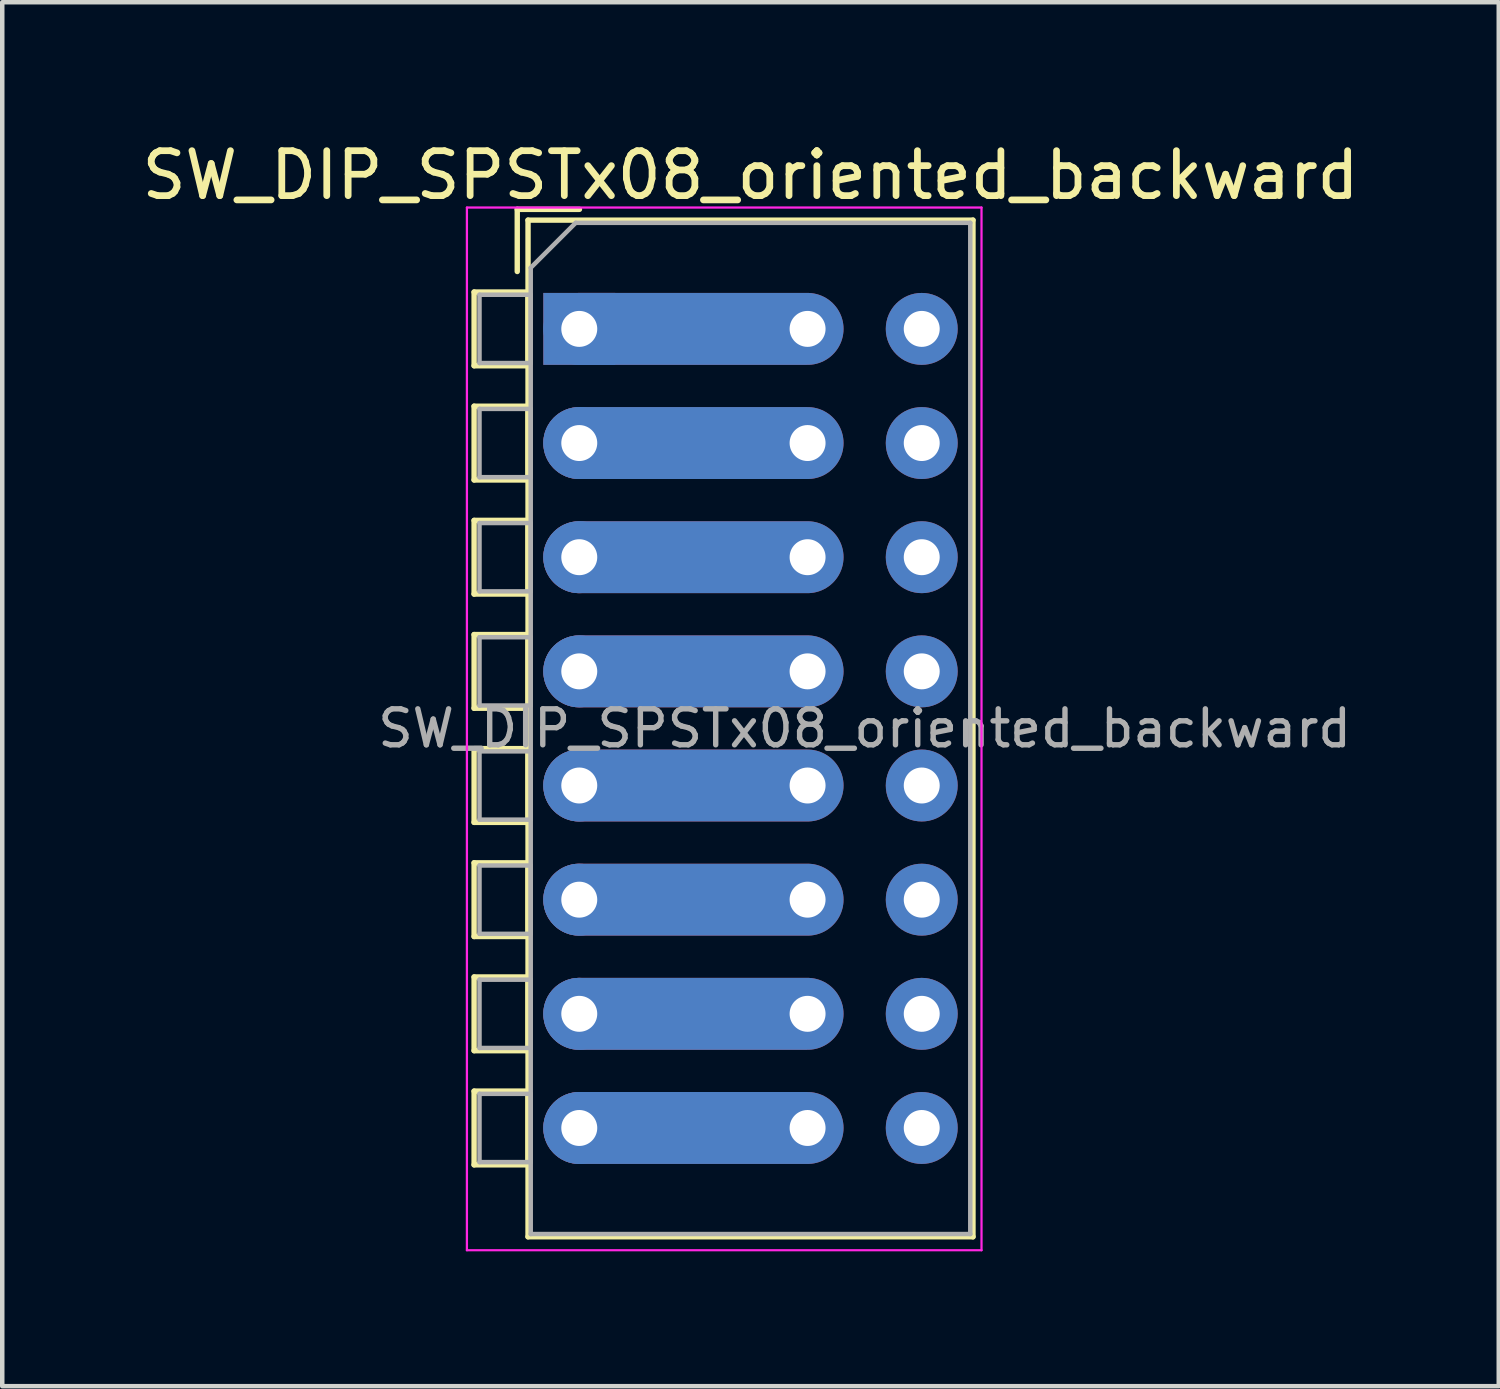
<source format=kicad_pcb>
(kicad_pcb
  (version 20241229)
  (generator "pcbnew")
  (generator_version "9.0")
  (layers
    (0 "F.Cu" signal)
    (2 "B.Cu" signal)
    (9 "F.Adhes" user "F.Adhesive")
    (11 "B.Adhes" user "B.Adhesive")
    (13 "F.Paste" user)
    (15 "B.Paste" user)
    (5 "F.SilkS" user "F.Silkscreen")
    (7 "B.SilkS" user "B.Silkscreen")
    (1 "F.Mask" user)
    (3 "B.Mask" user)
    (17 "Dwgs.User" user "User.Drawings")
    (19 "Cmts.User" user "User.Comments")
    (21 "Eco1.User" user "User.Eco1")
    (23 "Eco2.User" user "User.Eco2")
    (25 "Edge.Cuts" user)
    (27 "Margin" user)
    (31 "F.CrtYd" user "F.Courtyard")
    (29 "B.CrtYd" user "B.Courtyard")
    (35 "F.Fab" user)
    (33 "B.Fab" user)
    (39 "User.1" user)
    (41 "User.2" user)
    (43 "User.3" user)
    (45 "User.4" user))
  (footprint "SW_DIP_SPSTx08_oriented_backward"
    (layer "F.Cu")
    (at 9.839 4.268)
    (property "Reference" "SW_DIP_SPSTx08_oriented_backward" (at 3.81 -3.42 0) (layer "F.SilkS") (effects (font (size 1 1) (thickness 0.15))))
    (attr through_hole)
    (fp_line (start -2.34 -0.82) (end -2.34 0.82) (stroke (width 0.12) (type solid)) (layer "F.SilkS"))
    (fp_line (start -2.34 -0.82) (end -1.14 -0.82) (stroke (width 0.12) (type solid)) (layer "F.SilkS"))
    (fp_line (start -2.34 0.82) (end -1.14 0.82) (stroke (width 0.12) (type solid)) (layer "F.SilkS"))
    (fp_line (start -2.34 1.72) (end -2.34 3.361) (stroke (width 0.12) (type solid)) (layer "F.SilkS"))
    (fp_line (start -2.34 1.72) (end -1.14 1.72) (stroke (width 0.12) (type solid)) (layer "F.SilkS"))
    (fp_line (start -2.34 3.361) (end -1.14 3.361) (stroke (width 0.12) (type solid)) (layer "F.SilkS"))
    (fp_line (start -2.34 4.261) (end -2.34 5.9) (stroke (width 0.12) (type solid)) (layer "F.SilkS"))
    (fp_line (start -2.34 4.261) (end -1.14 4.261) (stroke (width 0.12) (type solid)) (layer "F.SilkS"))
    (fp_line (start -2.34 5.9) (end -1.14 5.9) (stroke (width 0.12) (type solid)) (layer "F.SilkS"))
    (fp_line (start -2.34 6.801) (end -2.34 8.441) (stroke (width 0.12) (type solid)) (layer "F.SilkS"))
    (fp_line (start -2.34 6.801) (end -1.14 6.801) (stroke (width 0.12) (type solid)) (layer "F.SilkS"))
    (fp_line (start -2.34 8.441) (end -1.14 8.441) (stroke (width 0.12) (type solid)) (layer "F.SilkS"))
    (fp_line (start -2.34 9.34) (end -2.34 10.98) (stroke (width 0.12) (type solid)) (layer "F.SilkS"))
    (fp_line (start -2.34 9.34) (end -1.14 9.34) (stroke (width 0.12) (type solid)) (layer "F.SilkS"))
    (fp_line (start -2.34 10.98) (end -1.14 10.98) (stroke (width 0.12) (type solid)) (layer "F.SilkS"))
    (fp_line (start -2.34 11.88) (end -2.34 13.52) (stroke (width 0.12) (type solid)) (layer "F.SilkS"))
    (fp_line (start -2.34 11.88) (end -1.14 11.88) (stroke (width 0.12) (type solid)) (layer "F.SilkS"))
    (fp_line (start -2.34 13.52) (end -1.14 13.52) (stroke (width 0.12) (type solid)) (layer "F.SilkS"))
    (fp_line (start -2.34 14.42) (end -2.34 16.06) (stroke (width 0.12) (type solid)) (layer "F.SilkS"))
    (fp_line (start -2.34 14.42) (end -1.14 14.42) (stroke (width 0.12) (type solid)) (layer "F.SilkS"))
    (fp_line (start -2.34 16.06) (end -1.14 16.06) (stroke (width 0.12) (type solid)) (layer "F.SilkS"))
    (fp_line (start -2.34 16.96) (end -2.34 18.6) (stroke (width 0.12) (type solid)) (layer "F.SilkS"))
    (fp_line (start -2.34 16.96) (end -1.14 16.96) (stroke (width 0.12) (type solid)) (layer "F.SilkS"))
    (fp_line (start -2.34 18.6) (end -1.14 18.6) (stroke (width 0.12) (type solid)) (layer "F.SilkS"))
    (fp_line (start -1.38 -2.66) (end -1.38 -1.277) (stroke (width 0.12) (type solid)) (layer "F.SilkS"))
    (fp_line (start -1.38 -2.66) (end 0.004 -2.66) (stroke (width 0.12) (type solid)) (layer "F.SilkS"))
    (fp_line (start -1.14 -2.42) (end -1.14 20.201) (stroke (width 0.12) (type solid)) (layer "F.SilkS"))
    (fp_line (start -1.14 -2.42) (end 8.76 -2.42) (stroke (width 0.12) (type solid)) (layer "F.SilkS"))
    (fp_line (start -1.14 -0.82) (end -1.14 0.82) (stroke (width 0.12) (type solid)) (layer "F.SilkS"))
    (fp_line (start -1.14 1.72) (end -1.14 3.361) (stroke (width 0.12) (type solid)) (layer "F.SilkS"))
    (fp_line (start -1.14 4.261) (end -1.14 5.9) (stroke (width 0.12) (type solid)) (layer "F.SilkS"))
    (fp_line (start -1.14 6.801) (end -1.14 8.441) (stroke (width 0.12) (type solid)) (layer "F.SilkS"))
    (fp_line (start -1.14 9.34) (end -1.14 10.98) (stroke (width 0.12) (type solid)) (layer "F.SilkS"))
    (fp_line (start -1.14 11.88) (end -1.14 13.52) (stroke (width 0.12) (type solid)) (layer "F.SilkS"))
    (fp_line (start -1.14 14.42) (end -1.14 16.06) (stroke (width 0.12) (type solid)) (layer "F.SilkS"))
    (fp_line (start -1.14 16.96) (end -1.14 18.6) (stroke (width 0.12) (type solid)) (layer "F.SilkS"))
    (fp_line (start -1.14 20.201) (end 8.76 20.201) (stroke (width 0.12) (type solid)) (layer "F.SilkS"))
    (fp_line (start 8.76 -2.42) (end 8.76 20.201) (stroke (width 0.12) (type solid)) (layer "F.SilkS"))
    (fp_line (start -2.5 -2.7) (end -2.5 20.5) (stroke (width 0.05) (type solid)) (layer "F.CrtYd"))
    (fp_line (start -2.5 20.5) (end 8.95 20.5) (stroke (width 0.05) (type solid)) (layer "F.CrtYd"))
    (fp_line (start 8.95 -2.7) (end -2.5 -2.7) (stroke (width 0.05) (type solid)) (layer "F.CrtYd"))
    (fp_line (start 8.95 20.5) (end 8.95 -2.7) (stroke (width 0.05) (type solid)) (layer "F.CrtYd"))
    (fp_line (start -2.22 -0.76) (end -1.08 -0.76) (stroke (width 0.1) (type solid)) (layer "F.Fab"))
    (fp_line (start -2.22 0.76) (end -2.22 -0.76) (stroke (width 0.1) (type solid)) (layer "F.Fab"))
    (fp_line (start -2.22 1.78) (end -1.08 1.78) (stroke (width 0.1) (type solid)) (layer "F.Fab"))
    (fp_line (start -2.22 3.3) (end -2.22 1.78) (stroke (width 0.1) (type solid)) (layer "F.Fab"))
    (fp_line (start -2.22 4.32) (end -1.08 4.32) (stroke (width 0.1) (type solid)) (layer "F.Fab"))
    (fp_line (start -2.22 5.84) (end -2.22 4.32) (stroke (width 0.1) (type solid)) (layer "F.Fab"))
    (fp_line (start -2.22 6.86) (end -1.08 6.86) (stroke (width 0.1) (type solid)) (layer "F.Fab"))
    (fp_line (start -2.22 8.38) (end -2.22 6.86) (stroke (width 0.1) (type solid)) (layer "F.Fab"))
    (fp_line (start -2.22 9.4) (end -1.08 9.4) (stroke (width 0.1) (type solid)) (layer "F.Fab"))
    (fp_line (start -2.22 10.92) (end -2.22 9.4) (stroke (width 0.1) (type solid)) (layer "F.Fab"))
    (fp_line (start -2.22 11.94) (end -1.08 11.94) (stroke (width 0.1) (type solid)) (layer "F.Fab"))
    (fp_line (start -2.22 13.46) (end -2.22 11.94) (stroke (width 0.1) (type solid)) (layer "F.Fab"))
    (fp_line (start -2.22 14.48) (end -1.08 14.48) (stroke (width 0.1) (type solid)) (layer "F.Fab"))
    (fp_line (start -2.22 16) (end -2.22 14.48) (stroke (width 0.1) (type solid)) (layer "F.Fab"))
    (fp_line (start -2.22 17.02) (end -1.08 17.02) (stroke (width 0.1) (type solid)) (layer "F.Fab"))
    (fp_line (start -2.22 18.54) (end -2.22 17.02) (stroke (width 0.1) (type solid)) (layer "F.Fab"))
    (fp_line (start -1.08 -1.36) (end -0.08 -2.36) (stroke (width 0.1) (type solid)) (layer "F.Fab"))
    (fp_line (start -1.08 -0.76) (end -1.08 0.76) (stroke (width 0.1) (type solid)) (layer "F.Fab"))
    (fp_line (start -1.08 0.76) (end -2.22 0.76) (stroke (width 0.1) (type solid)) (layer "F.Fab"))
    (fp_line (start -1.08 1.78) (end -1.08 3.3) (stroke (width 0.1) (type solid)) (layer "F.Fab"))
    (fp_line (start -1.08 3.3) (end -2.22 3.3) (stroke (width 0.1) (type solid)) (layer "F.Fab"))
    (fp_line (start -1.08 4.32) (end -1.08 5.84) (stroke (width 0.1) (type solid)) (layer "F.Fab"))
    (fp_line (start -1.08 5.84) (end -2.22 5.84) (stroke (width 0.1) (type solid)) (layer "F.Fab"))
    (fp_line (start -1.08 6.86) (end -1.08 8.38) (stroke (width 0.1) (type solid)) (layer "F.Fab"))
    (fp_line (start -1.08 8.38) (end -2.22 8.38) (stroke (width 0.1) (type solid)) (layer "F.Fab"))
    (fp_line (start -1.08 9.4) (end -1.08 10.92) (stroke (width 0.1) (type solid)) (layer "F.Fab"))
    (fp_line (start -1.08 10.92) (end -2.22 10.92) (stroke (width 0.1) (type solid)) (layer "F.Fab"))
    (fp_line (start -1.08 11.94) (end -1.08 13.46) (stroke (width 0.1) (type solid)) (layer "F.Fab"))
    (fp_line (start -1.08 13.46) (end -2.22 13.46) (stroke (width 0.1) (type solid)) (layer "F.Fab"))
    (fp_line (start -1.08 14.48) (end -1.08 16) (stroke (width 0.1) (type solid)) (layer "F.Fab"))
    (fp_line (start -1.08 16) (end -2.22 16) (stroke (width 0.1) (type solid)) (layer "F.Fab"))
    (fp_line (start -1.08 17.02) (end -1.08 18.54) (stroke (width 0.1) (type solid)) (layer "F.Fab"))
    (fp_line (start -1.08 18.54) (end -2.22 18.54) (stroke (width 0.1) (type solid)) (layer "F.Fab"))
    (fp_line (start -1.08 20.14) (end -1.08 -1.36) (stroke (width 0.1) (type solid)) (layer "F.Fab"))
    (fp_line (start -0.08 -2.36) (end 8.7 -2.36) (stroke (width 0.1) (type solid)) (layer "F.Fab"))
    (fp_line (start 8.7 -2.36) (end 8.7 20.14) (stroke (width 0.1) (type solid)) (layer "F.Fab"))
    (fp_line (start 8.7 20.14) (end -1.08 20.14) (stroke (width 0.1) (type solid)) (layer "F.Fab"))
    (fp_text user "${REFERENCE}" (at 6.35 8.89 0) (layer "F.Fab") (effects (font (size 0.8 0.8) (thickness 0.12))))
    (pad "1" thru_hole rect (at 0 0) (size 1.6 1.6) (drill 0.8) (layers "*.Cu" "*.Mask"))
    (pad "1" thru_hole oval (at 5.08 0 180) (size 6.68 1.6) (drill 0.8 (offset 2.54 0)) (layers "*.Cu" "*.Mask"))
    (pad "2" thru_hole oval (at 0 2.54) (size 1.6 1.6) (drill 0.8) (layers "*.Cu" "*.Mask"))
    (pad "3" thru_hole oval (at 0 5.08) (size 1.6 1.6) (drill 0.8) (layers "*.Cu" "*.Mask"))
    (pad "3" thru_hole oval (at 5.08 2.54 180) (size 6.68 1.6) (drill 0.8 (offset 2.54 0)) (layers "*.Cu" "*.Mask"))
    (pad "3" thru_hole oval (at 5.08 5.08 180) (size 6.68 1.6) (drill 0.8 (offset 2.54 0)) (layers "*.Cu" "*.Mask"))
    (pad "4" thru_hole oval (at 0 7.62) (size 1.6 1.6) (drill 0.8) (layers "*.Cu" "*.Mask"))
    (pad "4" thru_hole oval (at 5.08 7.62 180) (size 6.68 1.6) (drill 0.8 (offset 2.54 0)) (layers "*.Cu" "*.Mask"))
    (pad "5" thru_hole oval (at 0 10.16) (size 1.6 1.6) (drill 0.8) (layers "*.Cu" "*.Mask"))
    (pad "5" thru_hole oval (at 5.08 10.16 180) (size 6.68 1.6) (drill 0.8 (offset 2.54 0)) (layers "*.Cu" "*.Mask"))
    (pad "6" thru_hole oval (at 0 12.7) (size 1.6 1.6) (drill 0.8) (layers "*.Cu" "*.Mask"))
    (pad "6" thru_hole oval (at 5.08 12.7 180) (size 6.68 1.6) (drill 0.8 (offset 2.54 0)) (layers "*.Cu" "*.Mask"))
    (pad "7" thru_hole oval (at 0 15.24) (size 1.6 1.6) (drill 0.8) (layers "*.Cu" "*.Mask"))
    (pad "7" thru_hole oval (at 5.08 15.24 180) (size 6.68 1.6) (drill 0.8 (offset 2.54 0)) (layers "*.Cu" "*.Mask"))
    (pad "8" thru_hole oval (at 0 17.78) (size 1.6 1.6) (drill 0.8) (layers "*.Cu" "*.Mask"))
    (pad "8" thru_hole oval (at 5.08 17.78 180) (size 6.68 1.6) (drill 0.8 (offset 2.54 0)) (layers "*.Cu" "*.Mask"))
    (pad "9" thru_hole oval (at 7.62 17.78) (size 1.6 1.6) (drill 0.8) (layers "*.Cu" "*.Mask"))
    (pad "10" thru_hole oval (at 7.62 15.24) (size 1.6 1.6) (drill 0.8) (layers "*.Cu" "*.Mask"))
    (pad "11" thru_hole oval (at 7.62 12.7) (size 1.6 1.6) (drill 0.8) (layers "*.Cu" "*.Mask"))
    (pad "12" thru_hole oval (at 7.62 10.16) (size 1.6 1.6) (drill 0.8) (layers "*.Cu" "*.Mask"))
    (pad "13" thru_hole oval (at 7.62 7.62) (size 1.6 1.6) (drill 0.8) (layers "*.Cu" "*.Mask"))
    (pad "14" thru_hole oval (at 7.62 5.08) (size 1.6 1.6) (drill 0.8) (layers "*.Cu" "*.Mask"))
    (pad "15" thru_hole oval (at 7.62 2.54) (size 1.6 1.6) (drill 0.8) (layers "*.Cu" "*.Mask"))
    (pad "16" thru_hole oval (at 7.62 0) (size 1.6 1.6) (drill 0.8) (layers "*.Cu" "*.Mask")))
  (gr_rect
    (start -3 -3)
    (end 30.298 27.793)
    (stroke (width 0.1) (type default))
    (fill no)
    (layer "Edge.Cuts")))
</source>
